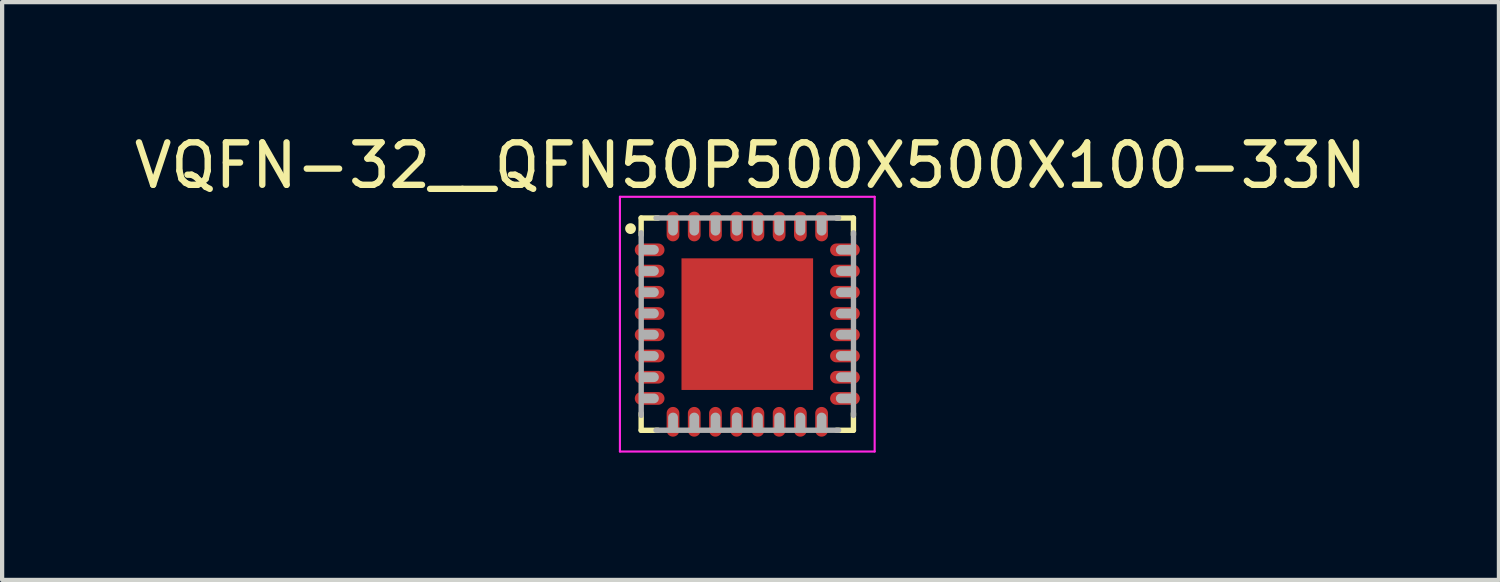
<source format=kicad_pcb>
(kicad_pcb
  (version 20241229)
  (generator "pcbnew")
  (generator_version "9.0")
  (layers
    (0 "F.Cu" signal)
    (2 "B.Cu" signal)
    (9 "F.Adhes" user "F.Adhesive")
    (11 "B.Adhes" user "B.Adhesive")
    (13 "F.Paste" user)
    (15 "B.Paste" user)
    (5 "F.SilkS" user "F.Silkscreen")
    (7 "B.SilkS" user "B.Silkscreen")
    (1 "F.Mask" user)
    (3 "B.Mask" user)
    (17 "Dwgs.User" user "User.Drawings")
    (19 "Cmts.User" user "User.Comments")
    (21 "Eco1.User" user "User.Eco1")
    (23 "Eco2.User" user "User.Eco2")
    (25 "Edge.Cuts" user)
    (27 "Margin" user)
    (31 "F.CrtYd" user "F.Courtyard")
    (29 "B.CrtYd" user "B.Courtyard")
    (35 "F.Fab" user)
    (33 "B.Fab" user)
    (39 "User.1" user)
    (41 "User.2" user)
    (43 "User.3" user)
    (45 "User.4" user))
  (footprint "VQFN-32__QFN50P500X500X100-33N"
    (layer "F.Cu")
    (at 14.552 4.585)
    (property "Reference" "VQFN-32__QFN50P500X500X100-33N" (at 0.076 -3.737 0) (layer "F.SilkS") (effects (font (size 1 1) (thickness 0.15))))
    (attr smd)
    (fp_line (start -2.099 -1.751) (end -2.499 -1.751) (stroke (width 0.4) (type solid)) (layer "F.Mask"))
    (fp_line (start -2.099 -1.251) (end -2.499 -1.251) (stroke (width 0.4) (type solid)) (layer "F.Mask"))
    (fp_line (start -2.099 -0.751) (end -2.499 -0.751) (stroke (width 0.4) (type solid)) (layer "F.Mask"))
    (fp_line (start -2.099 -0.251) (end -2.499 -0.251) (stroke (width 0.4) (type solid)) (layer "F.Mask"))
    (fp_line (start -2.099 0.249) (end -2.499 0.249) (stroke (width 0.4) (type solid)) (layer "F.Mask"))
    (fp_line (start -2.099 0.749) (end -2.499 0.749) (stroke (width 0.4) (type solid)) (layer "F.Mask"))
    (fp_line (start -2.099 1.249) (end -2.499 1.249) (stroke (width 0.4) (type solid)) (layer "F.Mask"))
    (fp_line (start -2.099 1.749) (end -2.499 1.749) (stroke (width 0.4) (type solid)) (layer "F.Mask"))
    (fp_line (start -1.749 -2.101) (end -1.749 -2.501) (stroke (width 0.4) (type solid)) (layer "F.Mask"))
    (fp_line (start -1.749 2.099) (end -1.749 2.499) (stroke (width 0.4) (type solid)) (layer "F.Mask"))
    (fp_line (start -1.249 -2.101) (end -1.249 -2.501) (stroke (width 0.4) (type solid)) (layer "F.Mask"))
    (fp_line (start -1.249 2.099) (end -1.249 2.499) (stroke (width 0.4) (type solid)) (layer "F.Mask"))
    (fp_line (start -0.749 -2.101) (end -0.749 -2.501) (stroke (width 0.4) (type solid)) (layer "F.Mask"))
    (fp_line (start -0.749 2.099) (end -0.749 2.499) (stroke (width 0.4) (type solid)) (layer "F.Mask"))
    (fp_line (start -0.249 -2.101) (end -0.249 -2.501) (stroke (width 0.4) (type solid)) (layer "F.Mask"))
    (fp_line (start -0.249 2.099) (end -0.249 2.499) (stroke (width 0.4) (type solid)) (layer "F.Mask"))
    (fp_line (start 0.251 -2.101) (end 0.251 -2.501) (stroke (width 0.4) (type solid)) (layer "F.Mask"))
    (fp_line (start 0.251 2.099) (end 0.251 2.499) (stroke (width 0.4) (type solid)) (layer "F.Mask"))
    (fp_line (start 0.751 -2.101) (end 0.751 -2.501) (stroke (width 0.4) (type solid)) (layer "F.Mask"))
    (fp_line (start 0.751 2.099) (end 0.751 2.499) (stroke (width 0.4) (type solid)) (layer "F.Mask"))
    (fp_line (start 1.251 -2.101) (end 1.251 -2.501) (stroke (width 0.4) (type solid)) (layer "F.Mask"))
    (fp_line (start 1.251 2.099) (end 1.251 2.499) (stroke (width 0.4) (type solid)) (layer "F.Mask"))
    (fp_line (start 1.751 -2.101) (end 1.751 -2.501) (stroke (width 0.4) (type solid)) (layer "F.Mask"))
    (fp_line (start 1.751 2.099) (end 1.751 2.499) (stroke (width 0.4) (type solid)) (layer "F.Mask"))
    (fp_line (start 2.101 -1.751) (end 2.501 -1.751) (stroke (width 0.4) (type solid)) (layer "F.Mask"))
    (fp_line (start 2.101 -1.251) (end 2.501 -1.251) (stroke (width 0.4) (type solid)) (layer "F.Mask"))
    (fp_line (start 2.101 -0.751) (end 2.501 -0.751) (stroke (width 0.4) (type solid)) (layer "F.Mask"))
    (fp_line (start 2.101 -0.251) (end 2.501 -0.251) (stroke (width 0.4) (type solid)) (layer "F.Mask"))
    (fp_line (start 2.101 0.249) (end 2.501 0.249) (stroke (width 0.4) (type solid)) (layer "F.Mask"))
    (fp_line (start 2.101 0.749) (end 2.501 0.749) (stroke (width 0.4) (type solid)) (layer "F.Mask"))
    (fp_line (start 2.101 1.249) (end 2.501 1.249) (stroke (width 0.4) (type solid)) (layer "F.Mask"))
    (fp_line (start 2.101 1.749) (end 2.501 1.749) (stroke (width 0.4) (type solid)) (layer "F.Mask"))
    (fp_line (start -2.5 -2.5) (end -2.5 -2.1) (stroke (width 0.127) (type solid)) (layer "F.SilkS"))
    (fp_line (start -2.5 2.1) (end -2.5 2.5) (stroke (width 0.127) (type solid)) (layer "F.SilkS"))
    (fp_line (start -2.5 2.5) (end -2.1 2.5) (stroke (width 0.127) (type solid)) (layer "F.SilkS"))
    (fp_line (start -2.1 -2.5) (end -2.5 -2.5) (stroke (width 0.127) (type solid)) (layer "F.SilkS"))
    (fp_line (start 2.1 -2.5) (end 2.5 -2.5) (stroke (width 0.127) (type solid)) (layer "F.SilkS"))
    (fp_line (start 2.1 2.5) (end 2.5 2.5) (stroke (width 0.127) (type solid)) (layer "F.SilkS"))
    (fp_line (start 2.5 -2.5) (end 2.5 -2.1) (stroke (width 0.127) (type solid)) (layer "F.SilkS"))
    (fp_line (start 2.5 2.5) (end 2.5 2.1) (stroke (width 0.127) (type solid)) (layer "F.SilkS"))
    (fp_circle (center -2.75 -2.25) (end -2.623 -2.25) (stroke (width 0) (type solid)) (fill yes) (layer "F.SilkS"))
    (fp_poly (pts (xy -0.982 -0.98) (xy 0.98 -0.98) (xy 0.98 0.982) (xy -0.982 0.982)) (stroke (width 0.01) (type solid)) (fill yes) (layer "F.Paste"))
    (fp_line (start -3 -3) (end 3 -3) (stroke (width 0.05) (type solid)) (layer "F.CrtYd"))
    (fp_line (start -3 3) (end -3 -3) (stroke (width 0.05) (type solid)) (layer "F.CrtYd"))
    (fp_line (start 3 -3) (end 3 3) (stroke (width 0.05) (type solid)) (layer "F.CrtYd"))
    (fp_line (start 3 3) (end -3 3) (stroke (width 0.05) (type solid)) (layer "F.CrtYd"))
    (fp_line (start -2.499 2.149) (end -2.499 -2.151) (stroke (width 0.127) (type solid)) (layer "F.Fab"))
    (fp_line (start -2.199 -1.751) (end -2.424 -1.751) (stroke (width 0.23) (type solid)) (layer "F.Fab"))
    (fp_line (start -2.199 -1.251) (end -2.424 -1.251) (stroke (width 0.23) (type solid)) (layer "F.Fab"))
    (fp_line (start -2.199 -0.751) (end -2.424 -0.751) (stroke (width 0.23) (type solid)) (layer "F.Fab"))
    (fp_line (start -2.199 -0.251) (end -2.424 -0.251) (stroke (width 0.23) (type solid)) (layer "F.Fab"))
    (fp_line (start -2.199 0.249) (end -2.424 0.249) (stroke (width 0.23) (type solid)) (layer "F.Fab"))
    (fp_line (start -2.199 0.749) (end -2.424 0.749) (stroke (width 0.23) (type solid)) (layer "F.Fab"))
    (fp_line (start -2.199 1.249) (end -2.424 1.249) (stroke (width 0.23) (type solid)) (layer "F.Fab"))
    (fp_line (start -2.199 1.749) (end -2.424 1.749) (stroke (width 0.23) (type solid)) (layer "F.Fab"))
    (fp_line (start -2.149 -2.501) (end 2.151 -2.501) (stroke (width 0.127) (type solid)) (layer "F.Fab"))
    (fp_line (start -1.749 -2.201) (end -1.749 -2.426) (stroke (width 0.23) (type solid)) (layer "F.Fab"))
    (fp_line (start -1.749 2.199) (end -1.749 2.424) (stroke (width 0.23) (type solid)) (layer "F.Fab"))
    (fp_line (start -1.249 -2.201) (end -1.249 -2.426) (stroke (width 0.23) (type solid)) (layer "F.Fab"))
    (fp_line (start -1.249 2.199) (end -1.249 2.424) (stroke (width 0.23) (type solid)) (layer "F.Fab"))
    (fp_line (start -0.749 -2.201) (end -0.749 -2.426) (stroke (width 0.23) (type solid)) (layer "F.Fab"))
    (fp_line (start -0.749 2.199) (end -0.749 2.424) (stroke (width 0.23) (type solid)) (layer "F.Fab"))
    (fp_line (start -0.249 -2.201) (end -0.249 -2.426) (stroke (width 0.23) (type solid)) (layer "F.Fab"))
    (fp_line (start -0.249 2.199) (end -0.249 2.424) (stroke (width 0.23) (type solid)) (layer "F.Fab"))
    (fp_line (start 0.251 -2.201) (end 0.251 -2.426) (stroke (width 0.23) (type solid)) (layer "F.Fab"))
    (fp_line (start 0.251 2.199) (end 0.251 2.424) (stroke (width 0.23) (type solid)) (layer "F.Fab"))
    (fp_line (start 0.751 -2.201) (end 0.751 -2.426) (stroke (width 0.23) (type solid)) (layer "F.Fab"))
    (fp_line (start 0.751 2.199) (end 0.751 2.424) (stroke (width 0.23) (type solid)) (layer "F.Fab"))
    (fp_line (start 1.251 -2.201) (end 1.251 -2.426) (stroke (width 0.23) (type solid)) (layer "F.Fab"))
    (fp_line (start 1.251 2.199) (end 1.251 2.424) (stroke (width 0.23) (type solid)) (layer "F.Fab"))
    (fp_line (start 1.751 -2.201) (end 1.751 -2.426) (stroke (width 0.23) (type solid)) (layer "F.Fab"))
    (fp_line (start 1.751 2.199) (end 1.751 2.424) (stroke (width 0.23) (type solid)) (layer "F.Fab"))
    (fp_line (start 2.151 2.499) (end -2.149 2.499) (stroke (width 0.127) (type solid)) (layer "F.Fab"))
    (fp_line (start 2.201 -1.751) (end 2.426 -1.751) (stroke (width 0.23) (type solid)) (layer "F.Fab"))
    (fp_line (start 2.201 -1.251) (end 2.426 -1.251) (stroke (width 0.23) (type solid)) (layer "F.Fab"))
    (fp_line (start 2.201 -0.751) (end 2.426 -0.751) (stroke (width 0.23) (type solid)) (layer "F.Fab"))
    (fp_line (start 2.201 -0.251) (end 2.426 -0.251) (stroke (width 0.23) (type solid)) (layer "F.Fab"))
    (fp_line (start 2.201 0.249) (end 2.426 0.249) (stroke (width 0.23) (type solid)) (layer "F.Fab"))
    (fp_line (start 2.201 0.749) (end 2.426 0.749) (stroke (width 0.23) (type solid)) (layer "F.Fab"))
    (fp_line (start 2.201 1.249) (end 2.426 1.249) (stroke (width 0.23) (type solid)) (layer "F.Fab"))
    (fp_line (start 2.201 1.749) (end 2.426 1.749) (stroke (width 0.23) (type solid)) (layer "F.Fab"))
    (fp_line (start 2.501 -2.151) (end 2.501 2.149) (stroke (width 0.127) (type solid)) (layer "F.Fab"))
    (pad "1" smd oval (at -2.3 -1.75) (size 0.7 0.3) (layers "F.Cu" "F.Paste"))
    (pad "2" smd oval (at -2.3 -1.25) (size 0.7 0.3) (layers "F.Cu" "F.Paste"))
    (pad "3" smd oval (at -2.3 -0.75) (size 0.7 0.3) (layers "F.Cu" "F.Paste"))
    (pad "4" smd oval (at -2.3 -0.25) (size 0.7 0.3) (layers "F.Cu" "F.Paste"))
    (pad "5" smd oval (at -2.3 0.25) (size 0.7 0.3) (layers "F.Cu" "F.Paste"))
    (pad "6" smd oval (at -2.3 0.75) (size 0.7 0.3) (layers "F.Cu" "F.Paste"))
    (pad "7" smd oval (at -2.3 1.25) (size 0.7 0.3) (layers "F.Cu" "F.Paste"))
    (pad "8" smd oval (at -2.3 1.75) (size 0.7 0.3) (layers "F.Cu" "F.Paste"))
    (pad "9" smd oval (at -1.75 2.3 90) (size 0.7 0.3) (layers "F.Cu" "F.Paste"))
    (pad "10" smd oval (at -1.25 2.3 90) (size 0.7 0.3) (layers "F.Cu" "F.Paste"))
    (pad "11" smd oval (at -0.75 2.3 90) (size 0.7 0.3) (layers "F.Cu" "F.Paste"))
    (pad "12" smd oval (at -0.25 2.3 90) (size 0.7 0.3) (layers "F.Cu" "F.Paste"))
    (pad "13" smd oval (at 0.25 2.3 90) (size 0.7 0.3) (layers "F.Cu" "F.Paste"))
    (pad "14" smd oval (at 0.75 2.3 90) (size 0.7 0.3) (layers "F.Cu" "F.Paste"))
    (pad "15" smd oval (at 1.25 2.3 90) (size 0.7 0.3) (layers "F.Cu" "F.Paste"))
    (pad "16" smd oval (at 1.75 2.3 90) (size 0.7 0.3) (layers "F.Cu" "F.Paste"))
    (pad "17" smd oval (at 2.3 1.75 180) (size 0.7 0.3) (layers "F.Cu" "F.Paste"))
    (pad "18" smd oval (at 2.3 1.25 180) (size 0.7 0.3) (layers "F.Cu" "F.Paste"))
    (pad "19" smd oval (at 2.3 0.75 180) (size 0.7 0.3) (layers "F.Cu" "F.Paste"))
    (pad "20" smd oval (at 2.3 0.25 180) (size 0.7 0.3) (layers "F.Cu" "F.Paste"))
    (pad "21" smd oval (at 2.3 -0.25 180) (size 0.7 0.3) (layers "F.Cu" "F.Paste"))
    (pad "22" smd oval (at 2.3 -0.75 180) (size 0.7 0.3) (layers "F.Cu" "F.Paste"))
    (pad "23" smd oval (at 2.3 -1.25 180) (size 0.7 0.3) (layers "F.Cu" "F.Paste"))
    (pad "24" smd oval (at 2.3 -1.75 180) (size 0.7 0.3) (layers "F.Cu" "F.Paste"))
    (pad "25" smd oval (at 1.75 -2.3 270) (size 0.7 0.3) (layers "F.Cu" "F.Paste"))
    (pad "26" smd oval (at 1.25 -2.3 270) (size 0.7 0.3) (layers "F.Cu" "F.Paste"))
    (pad "27" smd oval (at 0.75 -2.3 270) (size 0.7 0.3) (layers "F.Cu" "F.Paste"))
    (pad "28" smd oval (at 0.25 -2.3 270) (size 0.7 0.3) (layers "F.Cu" "F.Paste"))
    (pad "29" smd oval (at -0.25 -2.3 270) (size 0.7 0.3) (layers "F.Cu" "F.Paste"))
    (pad "30" smd oval (at -0.75 -2.3 270) (size 0.7 0.3) (layers "F.Cu" "F.Paste"))
    (pad "31" smd oval (at -1.25 -2.3 270) (size 0.7 0.3) (layers "F.Cu" "F.Paste"))
    (pad "32" smd oval (at -1.75 -2.3 270) (size 0.7 0.3) (layers "F.Cu" "F.Paste"))
    (pad "33" smd rect (at 0 0) (size 3.1 3.1) (layers "F.Cu" "F.Mask")))
  (gr_rect
    (start -3 -3)
    (end 32.256 10.61)
    (stroke (width 0.1) (type default))
    (fill no)
    (layer "Edge.Cuts")))
</source>
